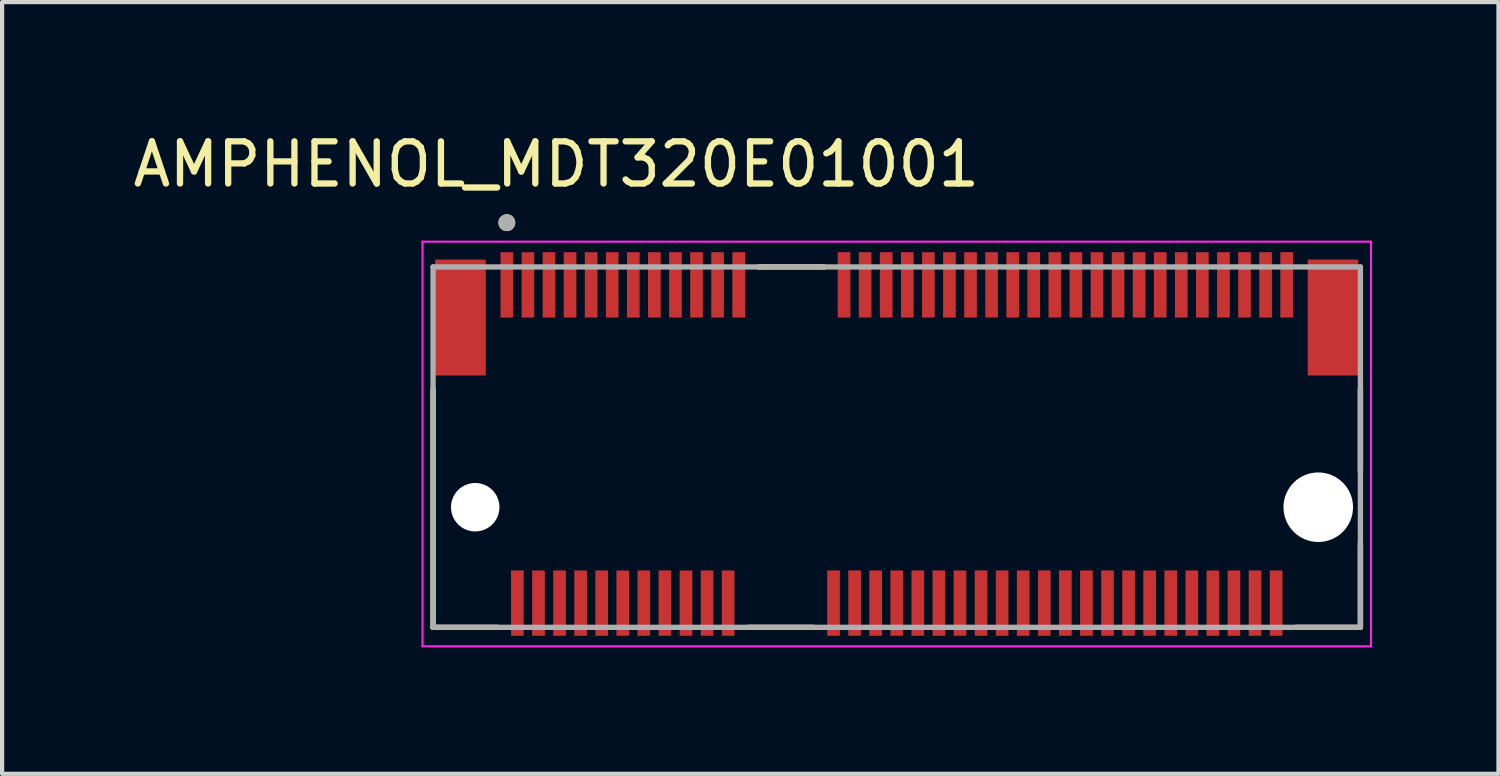
<source format=kicad_pcb>
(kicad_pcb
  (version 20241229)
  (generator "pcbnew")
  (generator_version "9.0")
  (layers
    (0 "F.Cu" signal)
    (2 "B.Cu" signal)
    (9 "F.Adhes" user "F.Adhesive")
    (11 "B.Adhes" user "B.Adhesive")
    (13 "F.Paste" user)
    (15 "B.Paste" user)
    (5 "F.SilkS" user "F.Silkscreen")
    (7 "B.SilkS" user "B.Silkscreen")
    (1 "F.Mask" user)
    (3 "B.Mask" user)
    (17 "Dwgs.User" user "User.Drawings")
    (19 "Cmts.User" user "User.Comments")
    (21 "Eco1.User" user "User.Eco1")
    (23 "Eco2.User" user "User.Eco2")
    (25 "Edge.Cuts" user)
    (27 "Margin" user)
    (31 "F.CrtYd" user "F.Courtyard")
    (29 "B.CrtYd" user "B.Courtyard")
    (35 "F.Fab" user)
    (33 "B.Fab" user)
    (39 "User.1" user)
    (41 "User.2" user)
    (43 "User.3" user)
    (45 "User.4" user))
  (footprint "AMPHENOL_MDT320E01001"
    (layer "F.Cu")
    (at 18.224 8.983)
    (property "Reference" "AMPHENOL_MDT320E01001" (at -8.075 -8.135 0) (layer "F.SilkS") (effects (font (size 1 1) (thickness 0.15))))
    (attr smd)
    (fp_line (start -11 2.85) (end -11 -2.805) (stroke (width 0.127) (type solid)) (layer "F.SilkS"))
    (fp_line (start -11 2.85) (end -9.47 2.85) (stroke (width 0.127) (type solid)) (layer "F.SilkS"))
    (fp_line (start -3.53 2.85) (end -1.97 2.85) (stroke (width 0.127) (type solid)) (layer "F.SilkS"))
    (fp_line (start -3.28 -5.7) (end -1.72 -5.7) (stroke (width 0.127) (type solid)) (layer "F.SilkS"))
    (fp_line (start 9.47 2.85) (end 11 2.85) (stroke (width 0.127) (type solid)) (layer "F.SilkS"))
    (fp_line (start 11 -2.805) (end 11 -0.85) (stroke (width 0.127) (type solid)) (layer "F.SilkS"))
    (fp_line (start 11 2.85) (end 11 0.85) (stroke (width 0.127) (type solid)) (layer "F.SilkS"))
    (fp_circle (center -9.25 -6.75) (end -9.15 -6.75) (stroke (width 0.2) (type solid)) (fill no) (layer "F.SilkS"))
    (fp_line (start -11.25 -6.3) (end 11.25 -6.3) (stroke (width 0.05) (type solid)) (layer "F.CrtYd"))
    (fp_line (start -11.25 3.3) (end -11.25 -6.3) (stroke (width 0.05) (type solid)) (layer "F.CrtYd"))
    (fp_line (start 11.25 -6.3) (end 11.25 3.3) (stroke (width 0.05) (type solid)) (layer "F.CrtYd"))
    (fp_line (start 11.25 3.3) (end -11.25 3.3) (stroke (width 0.05) (type solid)) (layer "F.CrtYd"))
    (fp_line (start -11 -5.7) (end 11 -5.7) (stroke (width 0.127) (type solid)) (layer "F.Fab"))
    (fp_line (start -11 2.85) (end -11 -5.7) (stroke (width 0.127) (type solid)) (layer "F.Fab"))
    (fp_line (start 11 -5.7) (end 11 2.85) (stroke (width 0.127) (type solid)) (layer "F.Fab"))
    (fp_line (start 11 2.85) (end -11 2.85) (stroke (width 0.127) (type solid)) (layer "F.Fab"))
    (fp_circle (center -9.25 -6.75) (end -9.15 -6.75) (stroke (width 0.2) (type solid)) (fill no) (layer "F.Fab"))
    (pad "" np_thru_hole circle (at -10 0) (size 1.15 1.15) (drill 1.15) (layers "*.Cu" "*.Mask"))
    (pad "" np_thru_hole circle (at 10 0) (size 1.65 1.65) (drill 1.65) (layers "*.Cu" "*.Mask"))
    (pad "1" smd rect (at -9.25 -5.275) (size 0.3 1.55) (layers "F.Cu" "F.Mask" "F.Paste"))
    (pad "2" smd rect (at -9 2.275) (size 0.3 1.55) (layers "F.Cu" "F.Mask" "F.Paste"))
    (pad "3" smd rect (at -8.75 -5.275) (size 0.3 1.55) (layers "F.Cu" "F.Mask" "F.Paste"))
    (pad "4" smd rect (at -8.5 2.275) (size 0.3 1.55) (layers "F.Cu" "F.Mask" "F.Paste"))
    (pad "5" smd rect (at -8.25 -5.275) (size 0.3 1.55) (layers "F.Cu" "F.Mask" "F.Paste"))
    (pad "6" smd rect (at -8 2.275) (size 0.3 1.55) (layers "F.Cu" "F.Mask" "F.Paste"))
    (pad "7" smd rect (at -7.75 -5.275) (size 0.3 1.55) (layers "F.Cu" "F.Mask" "F.Paste"))
    (pad "8" smd rect (at -7.5 2.275) (size 0.3 1.55) (layers "F.Cu" "F.Mask" "F.Paste"))
    (pad "9" smd rect (at -7.25 -5.275) (size 0.3 1.55) (layers "F.Cu" "F.Mask" "F.Paste"))
    (pad "10" smd rect (at -7 2.275) (size 0.3 1.55) (layers "F.Cu" "F.Mask" "F.Paste"))
    (pad "11" smd rect (at -6.75 -5.275) (size 0.3 1.55) (layers "F.Cu" "F.Mask" "F.Paste"))
    (pad "12" smd rect (at -6.5 2.275) (size 0.3 1.55) (layers "F.Cu" "F.Mask" "F.Paste"))
    (pad "13" smd rect (at -6.25 -5.275) (size 0.3 1.55) (layers "F.Cu" "F.Mask" "F.Paste"))
    (pad "14" smd rect (at -6 2.275) (size 0.3 1.55) (layers "F.Cu" "F.Mask" "F.Paste"))
    (pad "15" smd rect (at -5.75 -5.275) (size 0.3 1.55) (layers "F.Cu" "F.Mask" "F.Paste"))
    (pad "16" smd rect (at -5.5 2.275) (size 0.3 1.55) (layers "F.Cu" "F.Mask" "F.Paste"))
    (pad "17" smd rect (at -5.25 -5.275) (size 0.3 1.55) (layers "F.Cu" "F.Mask" "F.Paste"))
    (pad "18" smd rect (at -5 2.275) (size 0.3 1.55) (layers "F.Cu" "F.Mask" "F.Paste"))
    (pad "19" smd rect (at -4.75 -5.275) (size 0.3 1.55) (layers "F.Cu" "F.Mask" "F.Paste"))
    (pad "20" smd rect (at -4.5 2.275) (size 0.3 1.55) (layers "F.Cu" "F.Mask" "F.Paste"))
    (pad "21" smd rect (at -4.25 -5.275) (size 0.3 1.55) (layers "F.Cu" "F.Mask" "F.Paste"))
    (pad "22" smd rect (at -4 2.275) (size 0.3 1.55) (layers "F.Cu" "F.Mask" "F.Paste"))
    (pad "23" smd rect (at -3.75 -5.275) (size 0.3 1.55) (layers "F.Cu" "F.Mask" "F.Paste"))
    (pad "32" smd rect (at -1.5 2.275) (size 0.3 1.55) (layers "F.Cu" "F.Mask" "F.Paste"))
    (pad "33" smd rect (at -1.25 -5.275) (size 0.3 1.55) (layers "F.Cu" "F.Mask" "F.Paste"))
    (pad "34" smd rect (at -1 2.275) (size 0.3 1.55) (layers "F.Cu" "F.Mask" "F.Paste"))
    (pad "35" smd rect (at -0.75 -5.275) (size 0.3 1.55) (layers "F.Cu" "F.Mask" "F.Paste"))
    (pad "36" smd rect (at -0.5 2.275) (size 0.3 1.55) (layers "F.Cu" "F.Mask" "F.Paste"))
    (pad "37" smd rect (at -0.25 -5.275) (size 0.3 1.55) (layers "F.Cu" "F.Mask" "F.Paste"))
    (pad "38" smd rect (at 0 2.275) (size 0.3 1.55) (layers "F.Cu" "F.Mask" "F.Paste"))
    (pad "39" smd rect (at 0.25 -5.275) (size 0.3 1.55) (layers "F.Cu" "F.Mask" "F.Paste"))
    (pad "40" smd rect (at 0.5 2.275) (size 0.3 1.55) (layers "F.Cu" "F.Mask" "F.Paste"))
    (pad "41" smd rect (at 0.75 -5.275) (size 0.3 1.55) (layers "F.Cu" "F.Mask" "F.Paste"))
    (pad "42" smd rect (at 1 2.275) (size 0.3 1.55) (layers "F.Cu" "F.Mask" "F.Paste"))
    (pad "43" smd rect (at 1.25 -5.275) (size 0.3 1.55) (layers "F.Cu" "F.Mask" "F.Paste"))
    (pad "44" smd rect (at 1.5 2.275) (size 0.3 1.55) (layers "F.Cu" "F.Mask" "F.Paste"))
    (pad "45" smd rect (at 1.75 -5.275) (size 0.3 1.55) (layers "F.Cu" "F.Mask" "F.Paste"))
    (pad "46" smd rect (at 2 2.275) (size 0.3 1.55) (layers "F.Cu" "F.Mask" "F.Paste"))
    (pad "47" smd rect (at 2.25 -5.275) (size 0.3 1.55) (layers "F.Cu" "F.Mask" "F.Paste"))
    (pad "48" smd rect (at 2.5 2.275) (size 0.3 1.55) (layers "F.Cu" "F.Mask" "F.Paste"))
    (pad "49" smd rect (at 2.75 -5.275) (size 0.3 1.55) (layers "F.Cu" "F.Mask" "F.Paste"))
    (pad "50" smd rect (at 3 2.275) (size 0.3 1.55) (layers "F.Cu" "F.Mask" "F.Paste"))
    (pad "51" smd rect (at 3.25 -5.275) (size 0.3 1.55) (layers "F.Cu" "F.Mask" "F.Paste"))
    (pad "52" smd rect (at 3.5 2.275) (size 0.3 1.55) (layers "F.Cu" "F.Mask" "F.Paste"))
    (pad "53" smd rect (at 3.75 -5.275) (size 0.3 1.55) (layers "F.Cu" "F.Mask" "F.Paste"))
    (pad "54" smd rect (at 4 2.275) (size 0.3 1.55) (layers "F.Cu" "F.Mask" "F.Paste"))
    (pad "55" smd rect (at 4.25 -5.275) (size 0.3 1.55) (layers "F.Cu" "F.Mask" "F.Paste"))
    (pad "56" smd rect (at 4.5 2.275) (size 0.3 1.55) (layers "F.Cu" "F.Mask" "F.Paste"))
    (pad "57" smd rect (at 4.75 -5.275) (size 0.3 1.55) (layers "F.Cu" "F.Mask" "F.Paste"))
    (pad "58" smd rect (at 5 2.275) (size 0.3 1.55) (layers "F.Cu" "F.Mask" "F.Paste"))
    (pad "59" smd rect (at 5.25 -5.275) (size 0.3 1.55) (layers "F.Cu" "F.Mask" "F.Paste"))
    (pad "60" smd rect (at 5.5 2.275) (size 0.3 1.55) (layers "F.Cu" "F.Mask" "F.Paste"))
    (pad "61" smd rect (at 5.75 -5.275) (size 0.3 1.55) (layers "F.Cu" "F.Mask" "F.Paste"))
    (pad "62" smd rect (at 6 2.275) (size 0.3 1.55) (layers "F.Cu" "F.Mask" "F.Paste"))
    (pad "63" smd rect (at 6.25 -5.275) (size 0.3 1.55) (layers "F.Cu" "F.Mask" "F.Paste"))
    (pad "64" smd rect (at 6.5 2.275) (size 0.3 1.55) (layers "F.Cu" "F.Mask" "F.Paste"))
    (pad "65" smd rect (at 6.75 -5.275) (size 0.3 1.55) (layers "F.Cu" "F.Mask" "F.Paste"))
    (pad "66" smd rect (at 7 2.275) (size 0.3 1.55) (layers "F.Cu" "F.Mask" "F.Paste"))
    (pad "67" smd rect (at 7.25 -5.275) (size 0.3 1.55) (layers "F.Cu" "F.Mask" "F.Paste"))
    (pad "68" smd rect (at 7.5 2.275) (size 0.3 1.55) (layers "F.Cu" "F.Mask" "F.Paste"))
    (pad "69" smd rect (at 7.75 -5.275) (size 0.3 1.55) (layers "F.Cu" "F.Mask" "F.Paste"))
    (pad "70" smd rect (at 8 2.275) (size 0.3 1.55) (layers "F.Cu" "F.Mask" "F.Paste"))
    (pad "71" smd rect (at 8.25 -5.275) (size 0.3 1.55) (layers "F.Cu" "F.Mask" "F.Paste"))
    (pad "72" smd rect (at 8.5 2.275) (size 0.3 1.55) (layers "F.Cu" "F.Mask" "F.Paste"))
    (pad "73" smd rect (at 8.75 -5.275) (size 0.3 1.55) (layers "F.Cu" "F.Mask" "F.Paste"))
    (pad "74" smd rect (at 9 2.275) (size 0.3 1.55) (layers "F.Cu" "F.Mask" "F.Paste"))
    (pad "75" smd rect (at 9.25 -5.275) (size 0.3 1.55) (layers "F.Cu" "F.Mask" "F.Paste"))
    (pad "S1" smd rect (at -10.35 -4.5) (size 1.2 2.75) (layers "F.Cu" "F.Mask" "F.Paste"))
    (pad "S2" smd rect (at 10.35 -4.5) (size 1.2 2.75) (layers "F.Cu" "F.Mask" "F.Paste")))
  (gr_rect
    (start -3 -3)
    (end 32.499 15.308)
    (stroke (width 0.1) (type default))
    (fill no)
    (layer "Edge.Cuts")))
</source>
